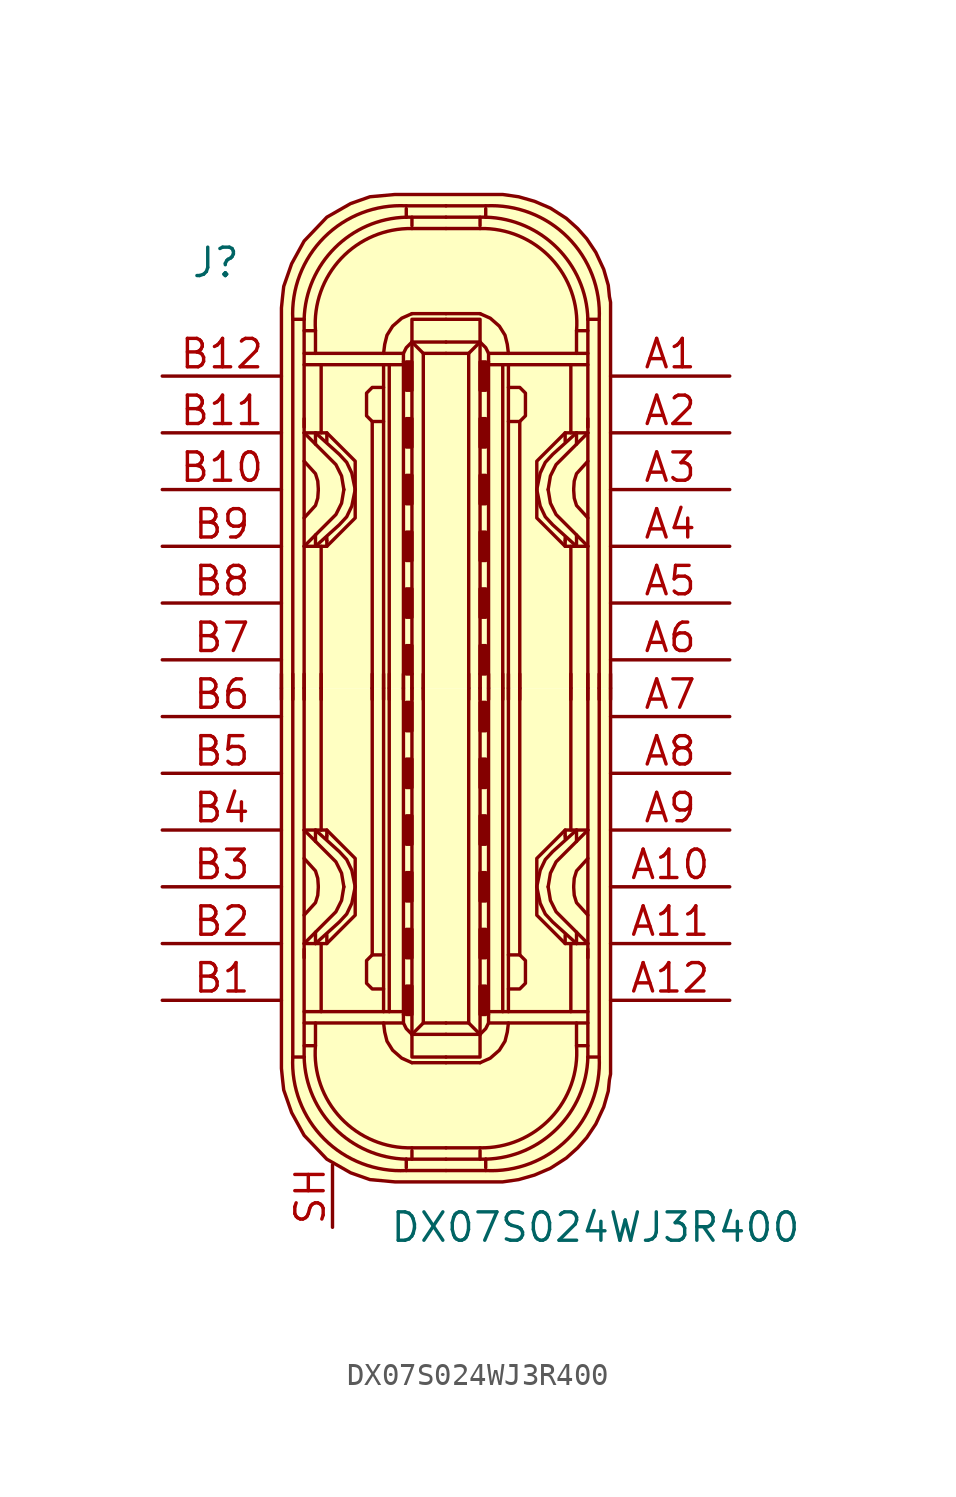
<source format=kicad_sym>
(kicad_symbol_lib
  (version 20211014)
  (generator kicad_symbol_editor)
  (symbol "DX07S024WJ3R400"
    (pin_names
      (offset 1.016))
    (property "Reference" "J"
      (at -11.43 19.05 0)
      (effects (font (size 1.27 1.27)) (justify left)))
    (property "Value" "DX07S024WJ3R400"
      (at -2.54 -24.13 0)
      (effects (font (size 1.27 1.27)) (justify left)))
    (symbol "DX07S024WJ3R400_1_1"
      (arc (start -6.858 -16.51) (mid -5.4492 -20.1812) (end -1.778 -21.59) (stroke (width 0) (type default) (color 0 0 0 0)) (fill (type none)))
      (arc (start -6.35 -16.51) (mid -4.9749 -19.7069) (end -1.778 -21.082) (stroke (width 0) (type default) (color 0 0 0 0)) (fill (type none)))
      (arc (start -5.842 -16.002) (mid -4.6972 -19.2495) (end -1.524 -20.574) (stroke (width 0) (type default) (color 0 0 0 0)) (fill (type none)))
      (rectangle (start -1.778 -14.605) (end -1.524 -13.335) (stroke (width 0) (type default) (color 0 0 0 0)) (fill (type outline)))
      (rectangle (start -1.778 -12.065) (end -1.524 -10.795) (stroke (width 0) (type default) (color 0 0 0 0)) (fill (type outline)))
      (rectangle (start -1.778 -9.525) (end -1.524 -8.255) (stroke (width 0) (type default) (color 0 0 0 0)) (fill (type outline)))
      (rectangle (start -1.778 -6.985) (end -1.524 -5.715) (stroke (width 0) (type default) (color 0 0 0 0)) (fill (type outline)))
      (rectangle (start -1.778 -4.445) (end -1.524 -3.175) (stroke (width 0) (type default) (color 0 0 0 0)) (fill (type outline)))
      (rectangle (start -1.778 -1.905) (end -1.524 -0.635) (stroke (width 0) (type default) (color 0 0 0 0)) (fill (type outline)))
      (rectangle (start -1.778 1.905) (end -1.524 0.635) (stroke (width 0) (type default) (color 0 0 0 0)) (fill (type outline)))
      (rectangle (start -1.778 4.445) (end -1.524 3.175) (stroke (width 0) (type default) (color 0 0 0 0)) (fill (type outline)))
      (rectangle (start -1.778 6.985) (end -1.524 5.715) (stroke (width 0) (type default) (color 0 0 0 0)) (fill (type outline)))
      (rectangle (start -1.778 9.525) (end -1.524 8.255) (stroke (width 0) (type default) (color 0 0 0 0)) (fill (type outline)))
      (rectangle (start -1.778 12.065) (end -1.524 10.795) (stroke (width 0) (type default) (color 0 0 0 0)) (fill (type outline)))
      (rectangle (start -1.778 14.605) (end -1.524 13.335) (stroke (width 0) (type default) (color 0 0 0 0)) (fill (type outline)))
      (arc (start -1.778 21.082) (mid -4.9749 19.7069) (end -6.35 16.51) (stroke (width 0) (type default) (color 0 0 0 0)) (fill (type none)))
      (arc (start -1.778 21.59) (mid -5.4492 20.1812) (end -6.858 16.51) (stroke (width 0) (type default) (color 0 0 0 0)) (fill (type none)))
      (arc (start -1.524 20.574) (mid -4.6883 19.2412) (end -5.842 16.002) (stroke (width 0) (type default) (color 0 0 0 0)) (fill (type none)))
      (polyline (pts (xy -7.366 -0.508) (xy -7.366 0.635)) (stroke (width 0) (type default) (color 0 0 0 0)) (fill (type none)))
      (polyline (pts (xy -6.858 -0.508) (xy -6.858 0.635)) (stroke (width 0) (type default) (color 0 0 0 0)) (fill (type none)))
      (polyline (pts (xy -6.35 -14.986) (xy -1.905 -14.986)) (stroke (width 0) (type default) (color 0 0 0 0)) (fill (type none)))
      (polyline (pts (xy -6.35 -12.065) (xy -6.35 0)) (stroke (width 0) (type default) (color 0 0 0 0)) (fill (type none)))
      (polyline (pts (xy -6.35 -0.508) (xy -6.35 0.635)) (stroke (width 0) (type default) (color 0 0 0 0)) (fill (type none)))
      (polyline (pts (xy -6.35 12.065) (xy -6.35 0)) (stroke (width 0) (type default) (color 0 0 0 0)) (fill (type none)))
      (polyline (pts (xy -6.35 14.986) (xy -1.905 14.986)) (stroke (width 0) (type default) (color 0 0 0 0)) (fill (type none)))
      (polyline (pts (xy -5.842 -11.43) (xy -5.842 -10.922)) (stroke (width 0) (type default) (color 0 0 0 0)) (fill (type none)))
      (polyline (pts (xy -5.842 -6.35) (xy -5.842 -6.858)) (stroke (width 0) (type default) (color 0 0 0 0)) (fill (type none)))
      (polyline (pts (xy -5.842 6.35) (xy -5.842 6.858)) (stroke (width 0) (type default) (color 0 0 0 0)) (fill (type none)))
      (polyline (pts (xy -5.842 11.43) (xy -5.842 10.922)) (stroke (width 0) (type default) (color 0 0 0 0)) (fill (type none)))
      (polyline (pts (xy -5.588 -14.478) (xy -5.588 -11.43)) (stroke (width 0) (type default) (color 0 0 0 0)) (fill (type none)))
      (polyline (pts (xy -5.588 -6.35) (xy -5.588 0)) (stroke (width 0) (type default) (color 0 0 0 0)) (fill (type none)))
      (polyline (pts (xy -5.588 -0.508) (xy -5.588 0.635)) (stroke (width 0) (type default) (color 0 0 0 0)) (fill (type none)))
      (polyline (pts (xy -5.588 6.35) (xy -5.588 0)) (stroke (width 0) (type default) (color 0 0 0 0)) (fill (type none)))
      (polyline (pts (xy -5.588 14.478) (xy -5.588 11.43)) (stroke (width 0) (type default) (color 0 0 0 0)) (fill (type none)))
      (polyline (pts (xy -5.334 -11.43) (xy -5.334 -11.049)) (stroke (width 0) (type default) (color 0 0 0 0)) (fill (type none)))
      (polyline (pts (xy -5.334 -6.604) (xy -5.334 -6.731)) (stroke (width 0) (type default) (color 0 0 0 0)) (fill (type none)))
      (polyline (pts (xy -5.334 -6.35) (xy -5.334 -6.604)) (stroke (width 0) (type default) (color 0 0 0 0)) (fill (type none)))
      (polyline (pts (xy -5.334 6.35) (xy -5.334 6.604)) (stroke (width 0) (type default) (color 0 0 0 0)) (fill (type none)))
      (polyline (pts (xy -5.334 6.604) (xy -5.334 6.731)) (stroke (width 0) (type default) (color 0 0 0 0)) (fill (type none)))
      (polyline (pts (xy -5.334 11.43) (xy -5.334 11.049)) (stroke (width 0) (type default) (color 0 0 0 0)) (fill (type none)))
      (polyline (pts (xy -3.302 -0.508) (xy -3.302 0.635)) (stroke (width 0) (type default) (color 0 0 0 0)) (fill (type none)))
      (polyline (pts (xy -3.302 0) (xy -3.302 -11.938)) (stroke (width 0) (type default) (color 0 0 0 0)) (fill (type none)))
      (polyline (pts (xy -3.302 0) (xy -3.302 11.938)) (stroke (width 0) (type default) (color 0 0 0 0)) (fill (type none)))
      (polyline (pts (xy -2.794 -0.508) (xy -2.794 0.635)) (stroke (width 0) (type default) (color 0 0 0 0)) (fill (type none)))
      (polyline (pts (xy -2.794 0) (xy -2.794 -14.478)) (stroke (width 0) (type default) (color 0 0 0 0)) (fill (type none)))
      (polyline (pts (xy -2.794 0) (xy -2.794 14.478)) (stroke (width 0) (type default) (color 0 0 0 0)) (fill (type none)))
      (polyline (pts (xy -2.54 -14.478) (xy -2.54 0)) (stroke (width 0) (type default) (color 0 0 0 0)) (fill (type none)))
      (polyline (pts (xy -2.54 -0.508) (xy -2.54 0.635)) (stroke (width 0) (type default) (color 0 0 0 0)) (fill (type none)))
      (polyline (pts (xy -2.54 14.478) (xy -2.54 0)) (stroke (width 0) (type default) (color 0 0 0 0)) (fill (type none)))
      (polyline (pts (xy -1.905 -14.478) (xy -6.35 -14.478)) (stroke (width 0) (type default) (color 0 0 0 0)) (fill (type none)))
      (polyline (pts (xy -1.905 -0.508) (xy -1.905 0.635)) (stroke (width 0) (type default) (color 0 0 0 0)) (fill (type none)))
      (polyline (pts (xy -1.905 0) (xy -1.905 -14.605)) (stroke (width 0) (type default) (color 0 0 0 0)) (fill (type none)))
      (polyline (pts (xy -1.905 0) (xy -1.905 14.605)) (stroke (width 0) (type default) (color 0 0 0 0)) (fill (type none)))
      (polyline (pts (xy -1.905 14.478) (xy -6.35 14.478)) (stroke (width 0) (type default) (color 0 0 0 0)) (fill (type none)))
      (polyline (pts (xy -1.778 -21.59) (xy 0 -21.59)) (stroke (width 0) (type default) (color 0 0 0 0)) (fill (type background)))
      (polyline (pts (xy -1.778 -21.082) (xy -1.778 -21.463)) (stroke (width 0) (type default) (color 0 0 0 0)) (fill (type none)))
      (polyline (pts (xy -1.778 -21.082) (xy 0 -21.082)) (stroke (width 0) (type default) (color 0 0 0 0)) (fill (type none)))
      (polyline (pts (xy -1.778 21.082) (xy -1.778 21.463)) (stroke (width 0) (type default) (color 0 0 0 0)) (fill (type none)))
      (polyline (pts (xy -1.778 21.082) (xy 0 21.082)) (stroke (width 0) (type default) (color 0 0 0 0)) (fill (type none)))
      (polyline (pts (xy -1.778 21.59) (xy 0 21.59)) (stroke (width 0) (type default) (color 0 0 0 0)) (fill (type background)))
      (polyline (pts (xy -1.524 -20.701) (xy -1.524 -21.082)) (stroke (width 0) (type default) (color 0 0 0 0)) (fill (type none)))
      (polyline (pts (xy -1.524 -20.574) (xy 0 -20.574)) (stroke (width 0) (type default) (color 0 0 0 0)) (fill (type none)))
      (polyline (pts (xy -1.524 -0.508) (xy -1.524 0.635)) (stroke (width 0) (type default) (color 0 0 0 0)) (fill (type none)))
      (polyline (pts (xy -1.524 20.574) (xy 0 20.574)) (stroke (width 0) (type default) (color 0 0 0 0)) (fill (type none)))
      (polyline (pts (xy -1.524 20.701) (xy -1.524 21.082)) (stroke (width 0) (type default) (color 0 0 0 0)) (fill (type none)))
      (polyline (pts (xy -1.016 -14.986) (xy -1.524 -15.494)) (stroke (width 0) (type default) (color 0 0 0 0)) (fill (type none)))
      (polyline (pts (xy -1.016 -0.508) (xy -1.016 0.635)) (stroke (width 0) (type default) (color 0 0 0 0)) (fill (type none)))
      (polyline (pts (xy -1.016 14.986) (xy -1.524 15.494)) (stroke (width 0) (type default) (color 0 0 0 0)) (fill (type none)))
      (polyline (pts (xy 0 -16.764) (xy -1.524 -16.764)) (stroke (width 0) (type default) (color 0 0 0 0)) (fill (type none)))
      (polyline (pts (xy 0 -16.764) (xy 1.524 -16.764)) (stroke (width 0) (type default) (color 0 0 0 0)) (fill (type none)))
      (polyline (pts (xy 0 16.764) (xy -1.524 16.764)) (stroke (width 0) (type default) (color 0 0 0 0)) (fill (type none)))
      (polyline (pts (xy 0 16.764) (xy 1.524 16.764)) (stroke (width 0) (type default) (color 0 0 0 0)) (fill (type none)))
      (polyline (pts (xy 1.016 -14.986) (xy 1.524 -15.494)) (stroke (width 0) (type default) (color 0 0 0 0)) (fill (type none)))
      (polyline (pts (xy 1.016 -0.508) (xy 1.016 0.635)) (stroke (width 0) (type default) (color 0 0 0 0)) (fill (type none)))
      (polyline (pts (xy 1.016 14.986) (xy 1.524 15.494)) (stroke (width 0) (type default) (color 0 0 0 0)) (fill (type none)))
      (polyline (pts (xy 1.524 -20.701) (xy 1.524 -21.082)) (stroke (width 0) (type default) (color 0 0 0 0)) (fill (type none)))
      (polyline (pts (xy 1.524 -20.574) (xy 0 -20.574)) (stroke (width 0) (type default) (color 0 0 0 0)) (fill (type none)))
      (polyline (pts (xy 1.524 -0.508) (xy 1.524 0.635)) (stroke (width 0) (type default) (color 0 0 0 0)) (fill (type none)))
      (polyline (pts (xy 1.524 20.574) (xy 0 20.574)) (stroke (width 0) (type default) (color 0 0 0 0)) (fill (type none)))
      (polyline (pts (xy 1.524 20.701) (xy 1.524 21.082)) (stroke (width 0) (type default) (color 0 0 0 0)) (fill (type none)))
      (polyline (pts (xy 1.778 -21.59) (xy 0 -21.59)) (stroke (width 0) (type default) (color 0 0 0 0)) (fill (type background)))
      (polyline (pts (xy 1.778 -21.082) (xy 0 -21.082)) (stroke (width 0) (type default) (color 0 0 0 0)) (fill (type none)))
      (polyline (pts (xy 1.778 -21.082) (xy 1.778 -21.463)) (stroke (width 0) (type default) (color 0 0 0 0)) (fill (type none)))
      (polyline (pts (xy 1.778 21.082) (xy 0 21.082)) (stroke (width 0) (type default) (color 0 0 0 0)) (fill (type none)))
      (polyline (pts (xy 1.778 21.082) (xy 1.778 21.463)) (stroke (width 0) (type default) (color 0 0 0 0)) (fill (type none)))
      (polyline (pts (xy 1.778 21.59) (xy 0 21.59)) (stroke (width 0) (type default) (color 0 0 0 0)) (fill (type background)))
      (polyline (pts (xy 1.905 -14.478) (xy 6.35 -14.478)) (stroke (width 0) (type default) (color 0 0 0 0)) (fill (type none)))
      (polyline (pts (xy 1.905 -0.508) (xy 1.905 0.635)) (stroke (width 0) (type default) (color 0 0 0 0)) (fill (type none)))
      (polyline (pts (xy 1.905 0) (xy 1.905 -14.605)) (stroke (width 0) (type default) (color 0 0 0 0)) (fill (type none)))
      (polyline (pts (xy 1.905 0) (xy 1.905 14.605)) (stroke (width 0) (type default) (color 0 0 0 0)) (fill (type none)))
      (polyline (pts (xy 1.905 14.478) (xy 6.35 14.478)) (stroke (width 0) (type default) (color 0 0 0 0)) (fill (type none)))
      (polyline (pts (xy 2.54 -14.478) (xy 2.54 0)) (stroke (width 0) (type default) (color 0 0 0 0)) (fill (type none)))
      (polyline (pts (xy 2.54 -0.508) (xy 2.54 0.635)) (stroke (width 0) (type default) (color 0 0 0 0)) (fill (type none)))
      (polyline (pts (xy 2.54 14.478) (xy 2.54 0)) (stroke (width 0) (type default) (color 0 0 0 0)) (fill (type none)))
      (polyline (pts (xy 2.794 -0.508) (xy 2.794 0.635)) (stroke (width 0) (type default) (color 0 0 0 0)) (fill (type none)))
      (polyline (pts (xy 2.794 0) (xy 2.794 -14.478)) (stroke (width 0) (type default) (color 0 0 0 0)) (fill (type none)))
      (polyline (pts (xy 2.794 0) (xy 2.794 14.478)) (stroke (width 0) (type default) (color 0 0 0 0)) (fill (type none)))
      (polyline (pts (xy 3.302 -0.508) (xy 3.302 0.635)) (stroke (width 0) (type default) (color 0 0 0 0)) (fill (type none)))
      (polyline (pts (xy 3.302 0) (xy 3.302 -11.938)) (stroke (width 0) (type default) (color 0 0 0 0)) (fill (type none)))
      (polyline (pts (xy 3.302 0) (xy 3.302 11.938)) (stroke (width 0) (type default) (color 0 0 0 0)) (fill (type none)))
      (polyline (pts (xy 5.334 -11.43) (xy 5.334 -11.049)) (stroke (width 0) (type default) (color 0 0 0 0)) (fill (type none)))
      (polyline (pts (xy 5.334 -6.604) (xy 5.334 -6.731)) (stroke (width 0) (type default) (color 0 0 0 0)) (fill (type none)))
      (polyline (pts (xy 5.334 -6.35) (xy 5.334 -6.604)) (stroke (width 0) (type default) (color 0 0 0 0)) (fill (type none)))
      (polyline (pts (xy 5.334 6.35) (xy 5.334 6.604)) (stroke (width 0) (type default) (color 0 0 0 0)) (fill (type none)))
      (polyline (pts (xy 5.334 6.604) (xy 5.334 6.731)) (stroke (width 0) (type default) (color 0 0 0 0)) (fill (type none)))
      (polyline (pts (xy 5.334 11.43) (xy 5.334 11.049)) (stroke (width 0) (type default) (color 0 0 0 0)) (fill (type none)))
      (polyline (pts (xy 5.588 -14.478) (xy 5.588 -11.43)) (stroke (width 0) (type default) (color 0 0 0 0)) (fill (type none)))
      (polyline (pts (xy 5.588 -6.35) (xy 5.588 0)) (stroke (width 0) (type default) (color 0 0 0 0)) (fill (type none)))
      (polyline (pts (xy 5.588 -0.508) (xy 5.588 0.635)) (stroke (width 0) (type default) (color 0 0 0 0)) (fill (type none)))
      (polyline (pts (xy 5.588 6.35) (xy 5.588 0)) (stroke (width 0) (type default) (color 0 0 0 0)) (fill (type none)))
      (polyline (pts (xy 5.588 14.478) (xy 5.588 11.43)) (stroke (width 0) (type default) (color 0 0 0 0)) (fill (type none)))
      (polyline (pts (xy 5.842 -11.43) (xy 5.842 -10.922)) (stroke (width 0) (type default) (color 0 0 0 0)) (fill (type none)))
      (polyline (pts (xy 5.842 -6.35) (xy 5.842 -6.858)) (stroke (width 0) (type default) (color 0 0 0 0)) (fill (type none)))
      (polyline (pts (xy 5.842 6.35) (xy 5.842 6.858)) (stroke (width 0) (type default) (color 0 0 0 0)) (fill (type none)))
      (polyline (pts (xy 5.842 11.43) (xy 5.842 10.922)) (stroke (width 0) (type default) (color 0 0 0 0)) (fill (type none)))
      (polyline (pts (xy 6.35 -14.986) (xy 1.905 -14.986)) (stroke (width 0) (type default) (color 0 0 0 0)) (fill (type none)))
      (polyline (pts (xy 6.35 -12.065) (xy 6.35 0)) (stroke (width 0) (type default) (color 0 0 0 0)) (fill (type none)))
      (polyline (pts (xy 6.35 -0.508) (xy 6.35 0.635)) (stroke (width 0) (type default) (color 0 0 0 0)) (fill (type none)))
      (polyline (pts (xy 6.35 12.065) (xy 6.35 0)) (stroke (width 0) (type default) (color 0 0 0 0)) (fill (type none)))
      (polyline (pts (xy 6.35 14.986) (xy 1.905 14.986)) (stroke (width 0) (type default) (color 0 0 0 0)) (fill (type none)))
      (polyline (pts (xy 6.858 -0.508) (xy 6.858 0.635)) (stroke (width 0) (type default) (color 0 0 0 0)) (fill (type none)))
      (polyline (pts (xy 7.366 -0.508) (xy 7.366 0.635)) (stroke (width 0) (type default) (color 0 0 0 0)) (fill (type none)))
      (polyline (pts (xy -6.35 -16.51) (xy -6.858 -16.51) (xy -6.858 0)) (stroke (width 0) (type default) (color 0 0 0 0)) (fill (type none)))
      (polyline (pts (xy -6.35 -11.684) (xy -6.35 -15.875) (xy -6.35 -16.51)) (stroke (width 0) (type default) (color 0 0 0 0)) (fill (type none)))
      (polyline (pts (xy -6.35 11.684) (xy -6.35 15.875) (xy -6.35 16.51)) (stroke (width 0) (type default) (color 0 0 0 0)) (fill (type none)))
      (polyline (pts (xy -6.35 16.51) (xy -6.858 16.51) (xy -6.858 0)) (stroke (width 0) (type default) (color 0 0 0 0)) (fill (type none)))
      (polyline (pts (xy -5.842 -14.986) (xy -5.842 -16.002) (xy -6.35 -16.002)) (stroke (width 0) (type default) (color 0 0 0 0)) (fill (type none)))
      (polyline (pts (xy -5.842 14.986) (xy -5.842 16.002) (xy -6.35 16.002)) (stroke (width 0) (type default) (color 0 0 0 0)) (fill (type none)))
      (polyline (pts (xy -1.524 0) (xy -1.524 -15.494) (xy 0 -15.494)) (stroke (width 0) (type default) (color 0 0 0 0)) (fill (type none)))
      (polyline (pts (xy -1.524 0) (xy -1.524 15.494) (xy 0 15.494)) (stroke (width 0) (type default) (color 0 0 0 0)) (fill (type none)))
      (polyline (pts (xy -1.016 0) (xy -1.016 -14.986) (xy 0 -14.986)) (stroke (width 0) (type default) (color 0 0 0 0)) (fill (type none)))
      (polyline (pts (xy -1.016 0) (xy -1.016 14.986) (xy 0 14.986)) (stroke (width 0) (type default) (color 0 0 0 0)) (fill (type none)))
      (polyline (pts (xy 1.016 0) (xy 1.016 -14.986) (xy 0 -14.986)) (stroke (width 0) (type default) (color 0 0 0 0)) (fill (type none)))
      (polyline (pts (xy 1.016 0) (xy 1.016 14.986) (xy 0 14.986)) (stroke (width 0) (type default) (color 0 0 0 0)) (fill (type none)))
      (polyline (pts (xy 1.524 0) (xy 1.524 -15.494) (xy 0 -15.494)) (stroke (width 0) (type default) (color 0 0 0 0)) (fill (type none)))
      (polyline (pts (xy 1.524 0) (xy 1.524 15.494) (xy 0 15.494)) (stroke (width 0) (type default) (color 0 0 0 0)) (fill (type none)))
      (polyline (pts (xy 5.842 -14.986) (xy 5.842 -16.002) (xy 6.35 -16.002)) (stroke (width 0) (type default) (color 0 0 0 0)) (fill (type none)))
      (polyline (pts (xy 5.842 14.986) (xy 5.842 16.002) (xy 6.35 16.002)) (stroke (width 0) (type default) (color 0 0 0 0)) (fill (type none)))
      (polyline (pts (xy 6.35 -16.51) (xy 6.858 -16.51) (xy 6.858 0)) (stroke (width 0) (type default) (color 0 0 0 0)) (fill (type none)))
      (polyline (pts (xy 6.35 -11.684) (xy 6.35 -15.875) (xy 6.35 -16.51)) (stroke (width 0) (type default) (color 0 0 0 0)) (fill (type none)))
      (polyline (pts (xy 6.35 11.684) (xy 6.35 15.875) (xy 6.35 16.51)) (stroke (width 0) (type default) (color 0 0 0 0)) (fill (type none)))
      (polyline (pts (xy 6.35 16.51) (xy 6.858 16.51) (xy 6.858 0)) (stroke (width 0) (type default) (color 0 0 0 0)) (fill (type none)))
      (polyline (pts (xy -6.35 -11.43) (xy -4.928 -10.008) (xy -4.674 -9.5) (xy -4.572 -8.89)) (stroke (width 0) (type default) (color 0 0 0 0)) (fill (type none)))
      (polyline (pts (xy -6.35 -10.16) (xy -5.842 -9.601) (xy -5.74 -9.271) (xy -5.715 -8.915)) (stroke (width 0) (type default) (color 0 0 0 0)) (fill (type none)))
      (polyline (pts (xy -6.35 -7.62) (xy -5.842 -8.179) (xy -5.74 -8.509) (xy -5.715 -8.865)) (stroke (width 0) (type default) (color 0 0 0 0)) (fill (type none)))
      (polyline (pts (xy -6.35 -6.35) (xy -4.928 -7.772) (xy -4.674 -8.28) (xy -4.572 -8.89)) (stroke (width 0) (type default) (color 0 0 0 0)) (fill (type none)))
      (polyline (pts (xy -6.35 6.35) (xy -4.928 7.772) (xy -4.674 8.28) (xy -4.572 8.89)) (stroke (width 0) (type default) (color 0 0 0 0)) (fill (type none)))
      (polyline (pts (xy -6.35 7.62) (xy -5.842 8.179) (xy -5.74 8.509) (xy -5.715 8.865)) (stroke (width 0) (type default) (color 0 0 0 0)) (fill (type none)))
      (polyline (pts (xy -6.35 10.16) (xy -5.842 9.601) (xy -5.74 9.271) (xy -5.715 8.915)) (stroke (width 0) (type default) (color 0 0 0 0)) (fill (type none)))
      (polyline (pts (xy -6.35 11.43) (xy -4.928 10.008) (xy -4.674 9.5) (xy -4.572 8.89)) (stroke (width 0) (type default) (color 0 0 0 0)) (fill (type none)))
      (polyline (pts (xy -1.905 -14.605) (xy -1.905 -14.986) (xy -1.778 -15.24) (xy -1.524 -15.494)) (stroke (width 0) (type default) (color 0 0 0 0)) (fill (type none)))
      (polyline (pts (xy -1.905 14.605) (xy -1.905 14.986) (xy -1.778 15.24) (xy -1.524 15.494)) (stroke (width 0) (type default) (color 0 0 0 0)) (fill (type none)))
      (polyline (pts (xy 0 -16.51) (xy -1.397 -16.51) (xy -1.524 -16.51) (xy -1.524 -15.494)) (stroke (width 0) (type default) (color 0 0 0 0)) (fill (type none)))
      (polyline (pts (xy 0 -16.51) (xy 1.397 -16.51) (xy 1.524 -16.51) (xy 1.524 -15.494)) (stroke (width 0) (type default) (color 0 0 0 0)) (fill (type none)))
      (polyline (pts (xy 0 16.51) (xy -1.397 16.51) (xy -1.524 16.51) (xy -1.524 15.494)) (stroke (width 0) (type default) (color 0 0 0 0)) (fill (type none)))
      (polyline (pts (xy 0 16.51) (xy 1.397 16.51) (xy 1.524 16.51) (xy 1.524 15.494)) (stroke (width 0) (type default) (color 0 0 0 0)) (fill (type none)))
      (polyline (pts (xy 1.905 -14.605) (xy 1.905 -14.986) (xy 1.778 -15.24) (xy 1.524 -15.494)) (stroke (width 0) (type default) (color 0 0 0 0)) (fill (type none)))
      (polyline (pts (xy 1.905 14.605) (xy 1.905 14.986) (xy 1.778 15.24) (xy 1.524 15.494)) (stroke (width 0) (type default) (color 0 0 0 0)) (fill (type none)))
      (polyline (pts (xy 6.35 -11.43) (xy 4.928 -10.008) (xy 4.674 -9.5) (xy 4.572 -8.89)) (stroke (width 0) (type default) (color 0 0 0 0)) (fill (type none)))
      (polyline (pts (xy 6.35 -10.16) (xy 5.842 -9.601) (xy 5.74 -9.271) (xy 5.715 -8.915)) (stroke (width 0) (type default) (color 0 0 0 0)) (fill (type none)))
      (polyline (pts (xy 6.35 -7.62) (xy 5.842 -8.179) (xy 5.74 -8.509) (xy 5.715 -8.865)) (stroke (width 0) (type default) (color 0 0 0 0)) (fill (type none)))
      (polyline (pts (xy 6.35 -6.35) (xy 4.928 -7.772) (xy 4.674 -8.28) (xy 4.572 -8.89)) (stroke (width 0) (type default) (color 0 0 0 0)) (fill (type none)))
      (polyline (pts (xy 6.35 6.35) (xy 4.928 7.772) (xy 4.674 8.28) (xy 4.572 8.89)) (stroke (width 0) (type default) (color 0 0 0 0)) (fill (type none)))
      (polyline (pts (xy 6.35 7.62) (xy 5.842 8.179) (xy 5.74 8.509) (xy 5.715 8.865)) (stroke (width 0) (type default) (color 0 0 0 0)) (fill (type none)))
      (polyline (pts (xy 6.35 10.16) (xy 5.842 9.601) (xy 5.74 9.271) (xy 5.715 8.915)) (stroke (width 0) (type default) (color 0 0 0 0)) (fill (type none)))
      (polyline (pts (xy 6.35 11.43) (xy 4.928 10.008) (xy 4.674 9.5) (xy 4.572 8.89)) (stroke (width 0) (type default) (color 0 0 0 0)) (fill (type none)))
      (polyline (pts (xy -5.842 -11.43) (xy -4.775 -10.465) (xy -4.445 -10.109) (xy -4.216 -9.627) (xy -4.064 -8.89)) (stroke (width 0) (type default) (color 0 0 0 0)) (fill (type none)))
      (polyline (pts (xy -5.842 -6.35) (xy -4.775 -7.315) (xy -4.445 -7.671) (xy -4.216 -8.153) (xy -4.064 -8.89)) (stroke (width 0) (type default) (color 0 0 0 0)) (fill (type none)))
      (polyline (pts (xy -5.842 6.35) (xy -4.775 7.315) (xy -4.445 7.671) (xy -4.216 8.153) (xy -4.064 8.89)) (stroke (width 0) (type default) (color 0 0 0 0)) (fill (type none)))
      (polyline (pts (xy -5.842 11.43) (xy -4.775 10.465) (xy -4.445 10.109) (xy -4.216 9.627) (xy -4.064 8.89)) (stroke (width 0) (type default) (color 0 0 0 0)) (fill (type none)))
      (polyline (pts (xy 5.842 -11.43) (xy 4.775 -10.465) (xy 4.445 -10.109) (xy 4.216 -9.627) (xy 4.064 -8.89)) (stroke (width 0) (type default) (color 0 0 0 0)) (fill (type none)))
      (polyline (pts (xy 5.842 -6.35) (xy 4.775 -7.315) (xy 4.445 -7.671) (xy 4.216 -8.153) (xy 4.064 -8.89)) (stroke (width 0) (type default) (color 0 0 0 0)) (fill (type none)))
      (polyline (pts (xy 5.842 6.35) (xy 4.775 7.315) (xy 4.445 7.671) (xy 4.216 8.153) (xy 4.064 8.89)) (stroke (width 0) (type default) (color 0 0 0 0)) (fill (type none)))
      (polyline (pts (xy 5.842 11.43) (xy 4.775 10.465) (xy 4.445 10.109) (xy 4.216 9.627) (xy 4.064 8.89)) (stroke (width 0) (type default) (color 0 0 0 0)) (fill (type none)))
      (polyline (pts (xy -6.35 -11.43) (xy -5.334 -11.43) (xy -4.064 -10.16) (xy -4.064 -7.62) (xy -5.334 -6.35) (xy -6.35 -6.35)) (stroke (width 0) (type default) (color 0 0 0 0)) (fill (type none)))
      (polyline (pts (xy -6.35 11.43) (xy -5.334 11.43) (xy -4.064 10.16) (xy -4.064 7.62) (xy -5.334 6.35) (xy -6.35 6.35)) (stroke (width 0) (type default) (color 0 0 0 0)) (fill (type none)))
      (polyline (pts (xy -2.794 -14.986) (xy -2.743 -15.392) (xy -2.642 -15.799) (xy -2.388 -16.205) (xy -1.981 -16.561) (xy -1.524 -16.764)) (stroke (width 0) (type default) (color 0 0 0 0)) (fill (type none)))
      (polyline (pts (xy -2.794 -13.462) (xy -3.302 -13.462) (xy -3.556 -13.208) (xy -3.556 -12.192) (xy -3.302 -11.938) (xy -2.794 -11.938)) (stroke (width 0) (type default) (color 0 0 0 0)) (fill (type none)))
      (polyline (pts (xy -2.794 13.462) (xy -3.302 13.462) (xy -3.556 13.208) (xy -3.556 12.192) (xy -3.302 11.938) (xy -2.794 11.938)) (stroke (width 0) (type default) (color 0 0 0 0)) (fill (type none)))
      (polyline (pts (xy -2.794 14.986) (xy -2.743 15.392) (xy -2.642 15.799) (xy -2.388 16.205) (xy -1.981 16.561) (xy -1.524 16.764)) (stroke (width 0) (type default) (color 0 0 0 0)) (fill (type none)))
      (polyline (pts (xy 2.794 -14.986) (xy 2.743 -15.392) (xy 2.642 -15.799) (xy 2.388 -16.205) (xy 1.981 -16.561) (xy 1.524 -16.764)) (stroke (width 0) (type default) (color 0 0 0 0)) (fill (type none)))
      (polyline (pts (xy 2.794 -13.462) (xy 3.302 -13.462) (xy 3.556 -13.208) (xy 3.556 -12.192) (xy 3.302 -11.938) (xy 2.794 -11.938)) (stroke (width 0) (type default) (color 0 0 0 0)) (fill (type none)))
      (polyline (pts (xy 2.794 13.462) (xy 3.302 13.462) (xy 3.556 13.208) (xy 3.556 12.192) (xy 3.302 11.938) (xy 2.794 11.938)) (stroke (width 0) (type default) (color 0 0 0 0)) (fill (type none)))
      (polyline (pts (xy 2.794 14.986) (xy 2.743 15.392) (xy 2.642 15.799) (xy 2.388 16.205) (xy 1.981 16.561) (xy 1.524 16.764)) (stroke (width 0) (type default) (color 0 0 0 0)) (fill (type none)))
      (polyline (pts (xy 6.35 -11.43) (xy 5.334 -11.43) (xy 4.064 -10.16) (xy 4.064 -7.62) (xy 5.334 -6.35) (xy 6.35 -6.35)) (stroke (width 0) (type default) (color 0 0 0 0)) (fill (type none)))
      (polyline (pts (xy 6.35 11.43) (xy 5.334 11.43) (xy 4.064 10.16) (xy 4.064 7.62) (xy 5.334 6.35) (xy 6.35 6.35)) (stroke (width 0) (type default) (color 0 0 0 0)) (fill (type none)))
      (polyline (pts (xy 7.366 0) (xy 7.366 -17.018) (xy 7.366 -17.272) (xy 7.315 -17.526) (xy 7.264 -18.034) (xy 7.061 -18.745) (xy 6.706 -19.507) (xy 6.299 -20.117) (xy 5.893 -20.574) (xy 5.385 -21.031) (xy 4.674 -21.488) (xy 3.962 -21.793) (xy 3.251 -21.996) (xy 2.54 -22.098) (xy -2.286 -22.098) (xy -3.404 -21.996) (xy -4.267 -21.692) (xy -5.334 -21.082) (xy -6.35 -20.015) (xy -6.909 -18.999) (xy -7.264 -17.983) (xy -7.315 -17.526) (xy -7.366 -17.018) (xy -7.366 0)) (stroke (width 0) (type default) (color 0 0 0 0)) (fill (type background)))
      (polyline (pts (xy 7.366 0) (xy 7.366 17.018) (xy 7.366 17.272) (xy 7.315 17.526) (xy 7.264 18.034) (xy 7.061 18.745) (xy 6.706 19.507) (xy 6.299 20.117) (xy 5.893 20.574) (xy 5.385 21.031) (xy 4.674 21.488) (xy 3.962 21.793) (xy 3.251 21.996) (xy 2.54 22.098) (xy -2.286 22.098) (xy -3.404 21.996) (xy -4.267 21.692) (xy -5.334 21.082) (xy -6.35 20.015) (xy -6.909 18.999) (xy -7.264 17.983) (xy -7.315 17.526) (xy -7.366 17.018) (xy -7.366 0)) (stroke (width 0) (type default) (color 0 0 0 0)) (fill (type background)))
      (arc (start 1.524 -20.574) (mid 4.6883 -19.2412) (end 5.842 -16.002) (stroke (width 0) (type default) (color 0 0 0 0)) (fill (type none)))
      (arc (start 1.778 -21.59) (mid 5.4492 -20.1812) (end 6.858 -16.51) (stroke (width 0) (type default) (color 0 0 0 0)) (fill (type none)))
      (arc (start 1.778 -21.082) (mid 4.9749 -19.7069) (end 6.35 -16.51) (stroke (width 0) (type default) (color 0 0 0 0)) (fill (type none)))
      (rectangle (start 1.778 -14.605) (end 1.524 -13.335) (stroke (width 0) (type default) (color 0 0 0 0)) (fill (type outline)))
      (rectangle (start 1.778 -12.065) (end 1.524 -10.795) (stroke (width 0) (type default) (color 0 0 0 0)) (fill (type outline)))
      (rectangle (start 1.778 -9.525) (end 1.524 -8.255) (stroke (width 0) (type default) (color 0 0 0 0)) (fill (type outline)))
      (rectangle (start 1.778 -6.985) (end 1.524 -5.715) (stroke (width 0) (type default) (color 0 0 0 0)) (fill (type outline)))
      (rectangle (start 1.778 -4.445) (end 1.524 -3.175) (stroke (width 0) (type default) (color 0 0 0 0)) (fill (type outline)))
      (rectangle (start 1.778 -1.905) (end 1.524 -0.635) (stroke (width 0) (type default) (color 0 0 0 0)) (fill (type outline)))
      (rectangle (start 1.778 1.905) (end 1.524 0.635) (stroke (width 0) (type default) (color 0 0 0 0)) (fill (type outline)))
      (rectangle (start 1.778 4.445) (end 1.524 3.175) (stroke (width 0) (type default) (color 0 0 0 0)) (fill (type outline)))
      (rectangle (start 1.778 6.985) (end 1.524 5.715) (stroke (width 0) (type default) (color 0 0 0 0)) (fill (type outline)))
      (rectangle (start 1.778 9.525) (end 1.524 8.255) (stroke (width 0) (type default) (color 0 0 0 0)) (fill (type outline)))
      (rectangle (start 1.778 12.065) (end 1.524 10.795) (stroke (width 0) (type default) (color 0 0 0 0)) (fill (type outline)))
      (rectangle (start 1.778 14.605) (end 1.524 13.335) (stroke (width 0) (type default) (color 0 0 0 0)) (fill (type outline)))
      (arc (start 5.842 16.002) (mid 4.6972 19.2495) (end 1.524 20.574) (stroke (width 0) (type default) (color 0 0 0 0)) (fill (type none)))
      (arc (start 6.35 16.51) (mid 4.9749 19.7069) (end 1.778 21.082) (stroke (width 0) (type default) (color 0 0 0 0)) (fill (type none)))
      (arc (start 6.858 16.51) (mid 5.4492 20.1812) (end 1.778 21.59) (stroke (width 0) (type default) (color 0 0 0 0)) (fill (type none)))
      (pin passive line (at 12.7 13.97 180) (length 5.334) (name "~" (effects (font (size 1.27 1.27)))) (number "A1" (effects (font (size 1.27 1.27)))))
      (pin passive line (at 12.7 -8.89 180) (length 5.334) (name "~" (effects (font (size 1.27 1.27)))) (number "A10" (effects (font (size 1.27 1.27)))))
      (pin passive line (at 12.7 -11.43 180) (length 5.334) (name "~" (effects (font (size 1.27 1.27)))) (number "A11" (effects (font (size 1.27 1.27)))))
      (pin passive line (at 12.7 -13.97 180) (length 5.334) (name "~" (effects (font (size 1.27 1.27)))) (number "A12" (effects (font (size 1.27 1.27)))))
      (pin passive line (at 12.7 11.43 180) (length 5.334) (name "~" (effects (font (size 1.27 1.27)))) (number "A2" (effects (font (size 1.27 1.27)))))
      (pin passive line (at 12.7 8.89 180) (length 5.334) (name "~" (effects (font (size 1.27 1.27)))) (number "A3" (effects (font (size 1.27 1.27)))))
      (pin passive line (at 12.7 6.35 180) (length 5.334) (name "~" (effects (font (size 1.27 1.27)))) (number "A4" (effects (font (size 1.27 1.27)))))
      (pin passive line (at 12.7 3.81 180) (length 5.334) (name "~" (effects (font (size 1.27 1.27)))) (number "A5" (effects (font (size 1.27 1.27)))))
      (pin passive line (at 12.7 1.27 180) (length 5.334) (name "~" (effects (font (size 1.27 1.27)))) (number "A6" (effects (font (size 1.27 1.27)))))
      (pin passive line (at 12.7 -1.27 180) (length 5.334) (name "~" (effects (font (size 1.27 1.27)))) (number "A7" (effects (font (size 1.27 1.27)))))
      (pin passive line (at 12.7 -3.81 180) (length 5.334) (name "~" (effects (font (size 1.27 1.27)))) (number "A8" (effects (font (size 1.27 1.27)))))
      (pin passive line (at 12.7 -6.35 180) (length 5.334) (name "~" (effects (font (size 1.27 1.27)))) (number "A9" (effects (font (size 1.27 1.27)))))
      (pin passive line (at -12.7 -13.97 0) (length 5.334) (name "~" (effects (font (size 1.27 1.27)))) (number "B1" (effects (font (size 1.27 1.27)))))
      (pin passive line (at -12.7 8.89 0) (length 5.334) (name "~" (effects (font (size 1.27 1.27)))) (number "B10" (effects (font (size 1.27 1.27)))))
      (pin passive line (at -12.7 11.43 0) (length 5.334) (name "~" (effects (font (size 1.27 1.27)))) (number "B11" (effects (font (size 1.27 1.27)))))
      (pin passive line (at -12.7 13.97 0) (length 5.334) (name "~" (effects (font (size 1.27 1.27)))) (number "B12" (effects (font (size 1.27 1.27)))))
      (pin passive line (at -12.7 -11.43 0) (length 5.334) (name "~" (effects (font (size 1.27 1.27)))) (number "B2" (effects (font (size 1.27 1.27)))))
      (pin passive line (at -12.7 -8.89 0) (length 5.334) (name "~" (effects (font (size 1.27 1.27)))) (number "B3" (effects (font (size 1.27 1.27)))))
      (pin passive line (at -12.7 -6.35 0) (length 5.334) (name "~" (effects (font (size 1.27 1.27)))) (number "B4" (effects (font (size 1.27 1.27)))))
      (pin passive line (at -12.7 -3.81 0) (length 5.334) (name "~" (effects (font (size 1.27 1.27)))) (number "B5" (effects (font (size 1.27 1.27)))))
      (pin passive line (at -12.7 -1.27 0) (length 5.334) (name "~" (effects (font (size 1.27 1.27)))) (number "B6" (effects (font (size 1.27 1.27)))))
      (pin passive line (at -12.7 1.27 0) (length 5.334) (name "~" (effects (font (size 1.27 1.27)))) (number "B7" (effects (font (size 1.27 1.27)))))
      (pin passive line (at -12.7 3.81 0) (length 5.334) (name "~" (effects (font (size 1.27 1.27)))) (number "B8" (effects (font (size 1.27 1.27)))))
      (pin passive line (at -12.7 6.35 0) (length 5.334) (name "~" (effects (font (size 1.27 1.27)))) (number "B9" (effects (font (size 1.27 1.27)))))
      (pin input line (at -5.08 -24.13 90) (length 2.794) (name "~" (effects (font (size 1.27 1.27)))) (number "SH" (effects (font (size 1.27 1.27))))))))
</source>
